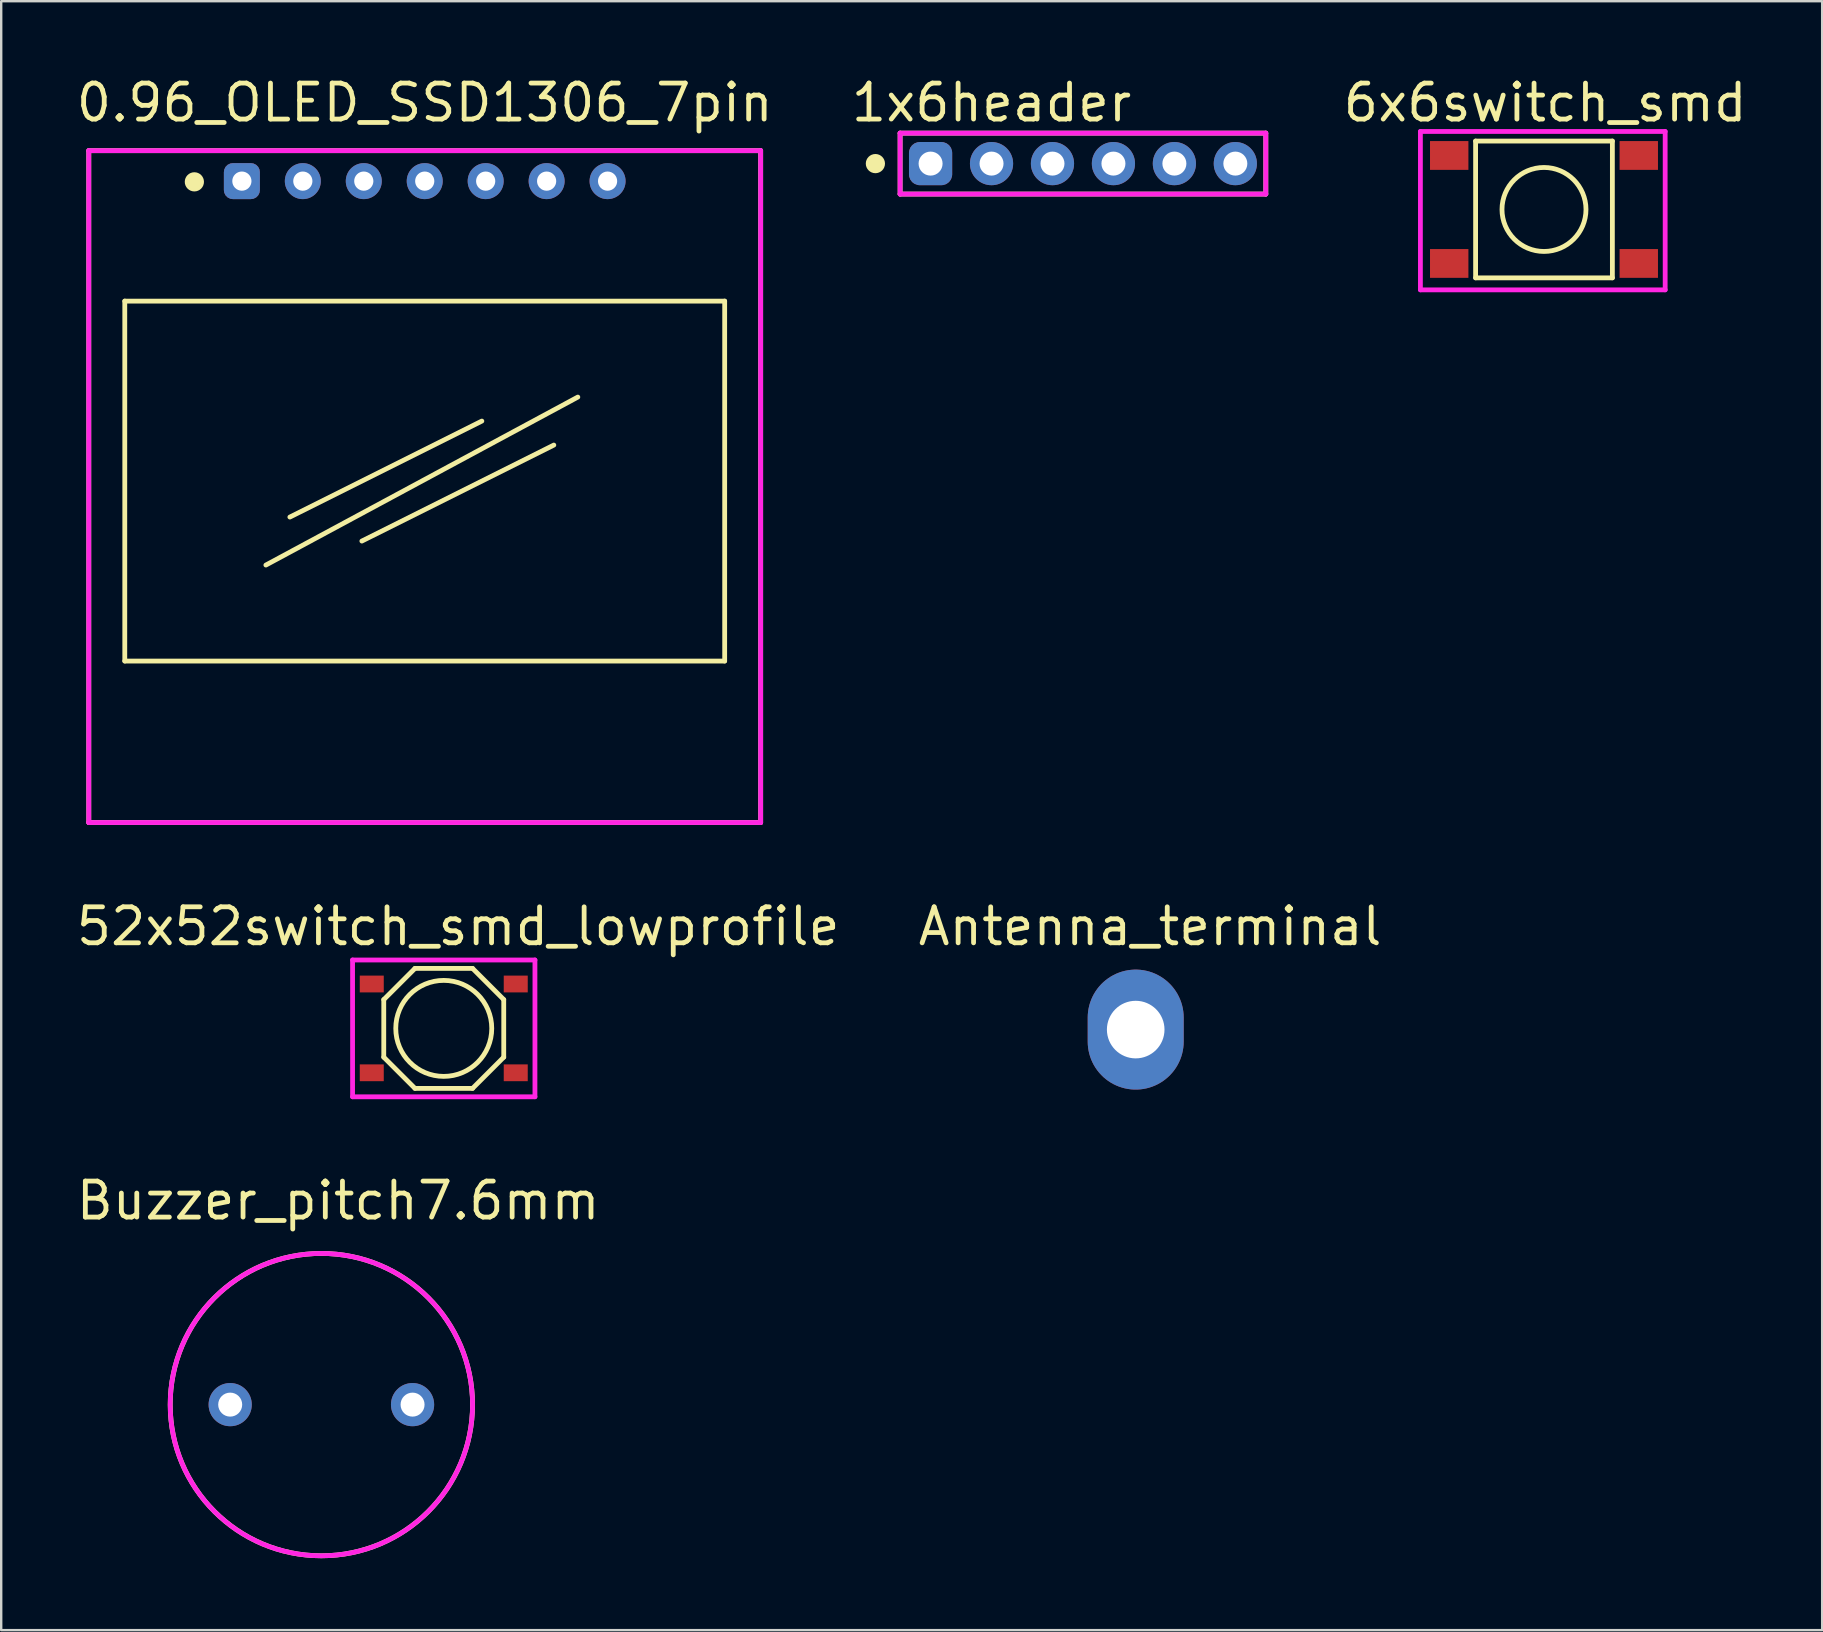
<source format=kicad_pcb>
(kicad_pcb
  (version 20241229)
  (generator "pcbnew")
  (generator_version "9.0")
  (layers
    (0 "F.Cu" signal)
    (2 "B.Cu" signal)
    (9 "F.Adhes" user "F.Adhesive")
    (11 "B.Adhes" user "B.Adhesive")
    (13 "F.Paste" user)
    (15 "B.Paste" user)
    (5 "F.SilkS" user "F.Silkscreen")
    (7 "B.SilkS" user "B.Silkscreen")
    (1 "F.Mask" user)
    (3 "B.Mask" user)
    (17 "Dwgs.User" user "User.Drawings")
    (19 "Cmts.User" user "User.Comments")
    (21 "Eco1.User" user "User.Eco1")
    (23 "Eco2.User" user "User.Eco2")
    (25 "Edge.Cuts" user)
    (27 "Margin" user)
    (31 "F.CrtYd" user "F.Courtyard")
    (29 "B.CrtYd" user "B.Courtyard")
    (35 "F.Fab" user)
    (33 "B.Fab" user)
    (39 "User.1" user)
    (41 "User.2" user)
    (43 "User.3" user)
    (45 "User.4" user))
  (footprint "0.96_OLED_SSD1306_7pin"
    (layer "F.Cu")
    (at 0.65 3.228)
    (property "Reference" "0.96_OLED_SSD1306_7pin" (at 14 -2 0) (layer "F.SilkS") (effects (font (size 1.5 1.5) (thickness 0.2))))
    (attr through_hole)
    (fp_line (start 0 0) (end 0 28) (stroke (width 0.2) (type solid)) (layer "F.SilkS"))
    (fp_line (start 0 0) (end 28 0) (stroke (width 0.2) (type solid)) (layer "F.SilkS"))
    (fp_line (start 0 28) (end 28 28) (stroke (width 0.2) (type solid)) (layer "F.SilkS"))
    (fp_line (start 1.5 6.27) (end 26.5 6.27) (stroke (width 0.2) (type solid)) (layer "F.SilkS"))
    (fp_line (start 1.5 21.27) (end 1.5 6.27) (stroke (width 0.2) (type solid)) (layer "F.SilkS"))
    (fp_line (start 7.38 17.27) (end 20.38 10.27) (stroke (width 0.2) (type solid)) (layer "F.SilkS"))
    (fp_line (start 8.38 15.27) (end 16.38 11.27) (stroke (width 0.2) (type solid)) (layer "F.SilkS"))
    (fp_line (start 11.38 16.27) (end 19.38 12.27) (stroke (width 0.2) (type solid)) (layer "F.SilkS"))
    (fp_line (start 26.5 6.27) (end 26.5 21.27) (stroke (width 0.2) (type solid)) (layer "F.SilkS"))
    (fp_line (start 26.5 21.27) (end 1.5 21.27) (stroke (width 0.2) (type solid)) (layer "F.SilkS"))
    (fp_line (start 28 0) (end 28 28) (stroke (width 0.2) (type solid)) (layer "F.SilkS"))
    (fp_circle (center 4.4 1.3) (end 4.6 1.3) (stroke (width 0.4) (type solid)) (fill no) (layer "F.SilkS"))
    (fp_line (start 0 0) (end 28 0) (stroke (width 0.2) (type solid)) (layer "F.CrtYd"))
    (fp_line (start 0 28) (end 0 0) (stroke (width 0.2) (type solid)) (layer "F.CrtYd"))
    (fp_line (start 28 0) (end 28 28) (stroke (width 0.2) (type solid)) (layer "F.CrtYd"))
    (fp_line (start 28 28) (end 0 28) (stroke (width 0.2) (type solid)) (layer "F.CrtYd"))
    (pad "1" thru_hole roundrect (at 6.38 1.27) (size 1.5 1.5) (drill 0.8) (layers "*.Cu" "*.Mask") (roundrect_rratio 0.25))
    (pad "2" thru_hole circle (at 8.92 1.27) (size 1.5 1.5) (drill 0.8) (layers "*.Cu" "*.Mask"))
    (pad "3" thru_hole circle (at 11.46 1.27) (size 1.5 1.5) (drill 0.8) (layers "*.Cu" "*.Mask"))
    (pad "4" thru_hole circle (at 14 1.27) (size 1.5 1.5) (drill 0.8) (layers "*.Cu" "*.Mask"))
    (pad "5" thru_hole circle (at 16.54 1.27) (size 1.5 1.5) (drill 0.8) (layers "*.Cu" "*.Mask"))
    (pad "6" thru_hole circle (at 19.08 1.27) (size 1.5 1.5) (drill 0.8) (layers "*.Cu" "*.Mask"))
    (pad "7" thru_hole circle (at 21.62 1.27) (size 1.5 1.5) (drill 0.8) (layers "*.Cu" "*.Mask")))
  (footprint "Buzzer_pitch7.6mm"
    (layer "F.Cu")
    (at 10.343 55.486)
    (property "Reference" "Buzzer_pitch7.6mm" (at 0.7 -8.5 0) (layer "F.SilkS") (effects (font (size 1.5 1.5) (thickness 0.2))))
    (attr through_hole)
    (fp_circle (center 0 0) (end 6.3 0) (stroke (width 0.2) (type solid)) (fill no) (layer "F.SilkS"))
    (fp_circle (center 0 0) (end 6.3 0) (stroke (width 0.2) (type solid)) (fill no) (layer "F.CrtYd"))
    (pad "1" thru_hole circle (at -3.8 0) (size 1.8 1.8) (drill 1) (layers "*.Cu" "*.Mask"))
    (pad "2" thru_hole circle (at 3.8 0) (size 1.8 1.8) (drill 1) (layers "*.Cu" "*.Mask")))
  (footprint "1x6header"
    (layer "F.Cu")
    (at 35.731 3.768)
    (property "Reference" "1x6header" (at 2.54 -2.54 0) (layer "F.SilkS") (effects (font (size 1.5 1.5) (thickness 0.2))))
    (attr through_hole)
    (fp_line (start -1.27 -1.27) (end 13.97 -1.27) (stroke (width 0.2) (type solid)) (layer "F.SilkS"))
    (fp_line (start -1.27 1.27) (end -1.27 -1.27) (stroke (width 0.2) (type solid)) (layer "F.SilkS"))
    (fp_line (start 13.97 -1.27) (end 13.97 1.27) (stroke (width 0.2) (type solid)) (layer "F.SilkS"))
    (fp_line (start 13.97 1.27) (end -1.27 1.27) (stroke (width 0.2) (type solid)) (layer "F.SilkS"))
    (fp_circle (center -2.3 0) (end -2.1 0) (stroke (width 0.4) (type solid)) (fill no) (layer "F.SilkS"))
    (fp_line (start -1.27 -1.27) (end 13.97 -1.27) (stroke (width 0.2) (type solid)) (layer "F.CrtYd"))
    (fp_line (start -1.27 1.27) (end -1.27 -1.27) (stroke (width 0.2) (type solid)) (layer "F.CrtYd"))
    (fp_line (start 13.97 -1.27) (end 13.97 1.27) (stroke (width 0.2) (type solid)) (layer "F.CrtYd"))
    (fp_line (start 13.97 1.27) (end -1.27 1.27) (stroke (width 0.2) (type solid)) (layer "F.CrtYd"))
    (pad "1" thru_hole roundrect (at 0 0) (size 1.8 1.8) (drill 1) (layers "*.Cu" "*.Mask") (roundrect_rratio 0.25))
    (pad "2" thru_hole circle (at 2.54 0) (size 1.8 1.8) (drill 1) (layers "*.Cu" "*.Mask"))
    (pad "3" thru_hole circle (at 5.08 0) (size 1.8 1.8) (drill 1) (layers "*.Cu" "*.Mask"))
    (pad "4" thru_hole circle (at 7.62 0) (size 1.8 1.8) (drill 1) (layers "*.Cu" "*.Mask"))
    (pad "5" thru_hole circle (at 10.16 0) (size 1.8 1.8) (drill 1) (layers "*.Cu" "*.Mask"))
    (pad "6" thru_hole circle (at 12.7 0) (size 1.8 1.8) (drill 1) (layers "*.Cu" "*.Mask")))
  (footprint "6x6switch_smd"
    (layer "F.Cu")
    (at 57.344 3.429)
    (property "Reference" "6x6switch_smd" (at 4 -2.2 0) (layer "F.SilkS") (effects (font (size 1.5 1.5) (thickness 0.2))))
    (attr through_hole)
    (fp_line (start 1.1 -0.6) (end 6.8 -0.6) (stroke (width 0.2) (type solid)) (layer "F.SilkS"))
    (fp_line (start 1.1 5.1) (end 1.1 -0.6) (stroke (width 0.2) (type solid)) (layer "F.SilkS"))
    (fp_line (start 6.8 -0.6) (end 6.8 5.1) (stroke (width 0.2) (type solid)) (layer "F.SilkS"))
    (fp_line (start 6.8 5.1) (end 1.1 5.1) (stroke (width 0.2) (type solid)) (layer "F.SilkS"))
    (fp_circle (center 3.95 2.25) (end 5.7 2.25) (stroke (width 0.2) (type solid)) (fill no) (layer "F.SilkS"))
    (fp_line (start -1.2 -1) (end 9 -1) (stroke (width 0.2) (type solid)) (layer "F.CrtYd"))
    (fp_line (start -1.2 5.6) (end -1.2 -1) (stroke (width 0.2) (type solid)) (layer "F.CrtYd"))
    (fp_line (start 9 -1) (end 9 5.6) (stroke (width 0.2) (type solid)) (layer "F.CrtYd"))
    (fp_line (start 9 5.6) (end -1.2 5.6) (stroke (width 0.2) (type solid)) (layer "F.CrtYd"))
    (pad "1" smd rect (at 0 0) (size 1.6 1.2) (layers "F.Cu" "F.Mask" "F.Paste"))
    (pad "2" smd rect (at 7.9 0) (size 1.6 1.2) (layers "F.Cu" "F.Mask" "F.Paste"))
    (pad "3" smd rect (at 0 4.5) (size 1.6 1.2) (layers "F.Cu" "F.Mask" "F.Paste"))
    (pad "4" smd rect (at 7.9 4.5) (size 1.6 1.2) (layers "F.Cu" "F.Mask" "F.Paste")))
  (footprint "Antenna_terminal"
    (layer "F.Cu")
    (at 44.279 39.857)
    (property "Reference" "Antenna_terminal" (at 0.6 -4.3 0) (layer "F.SilkS") (effects (font (size 1.5 1.5) (thickness 0.2))))
    (attr through_hole)
    (pad "1" thru_hole oval (at 0 0) (size 4 5) (drill 2.4) (layers "*.Cu" "*.Mask")))
  (footprint "52x52switch_smd_lowprofile"
    (layer "F.Cu")
    (at 12.443 37.957)
    (property "Reference" "52x52switch_smd_lowprofile" (at 3.6 -2.4 0) (layer "F.SilkS") (effects (font (size 1.5 1.5) (thickness 0.2))))
    (attr through_hole)
    (fp_line (start 0.5 0.65) (end 1.8 -0.65) (stroke (width 0.2) (type solid)) (layer "F.SilkS"))
    (fp_line (start 0.5 3.05) (end 0.5 0.65) (stroke (width 0.2) (type solid)) (layer "F.SilkS"))
    (fp_line (start 0.5 3.05) (end 1.8 4.35) (stroke (width 0.2) (type solid)) (layer "F.SilkS"))
    (fp_line (start 1.8 -0.65) (end 4.2 -0.65) (stroke (width 0.2) (type solid)) (layer "F.SilkS"))
    (fp_line (start 4.2 4.35) (end 1.8 4.35) (stroke (width 0.2) (type solid)) (layer "F.SilkS"))
    (fp_line (start 4.2 4.35) (end 5.5 3.05) (stroke (width 0.2) (type solid)) (layer "F.SilkS"))
    (fp_line (start 5.5 0.65) (end 4.2 -0.65) (stroke (width 0.2) (type solid)) (layer "F.SilkS"))
    (fp_line (start 5.5 0.65) (end 5.5 3.05) (stroke (width 0.2) (type solid)) (layer "F.SilkS"))
    (fp_circle (center 3 1.85) (end 5 1.85) (stroke (width 0.2) (type solid)) (fill no) (layer "F.SilkS"))
    (fp_line (start -0.8 -1) (end 6.8 -1) (stroke (width 0.2) (type solid)) (layer "F.CrtYd"))
    (fp_line (start -0.8 4.7) (end -0.8 -1) (stroke (width 0.2) (type solid)) (layer "F.CrtYd"))
    (fp_line (start 6.8 -1) (end 6.8 4.7) (stroke (width 0.2) (type solid)) (layer "F.CrtYd"))
    (fp_line (start 6.8 4.7) (end -0.8 4.7) (stroke (width 0.2) (type solid)) (layer "F.CrtYd"))
    (pad "1" smd rect (at 0 0) (size 1 0.7) (layers "F.Cu" "F.Mask" "F.Paste"))
    (pad "2" smd rect (at 6 0) (size 1 0.7) (layers "F.Cu" "F.Mask" "F.Paste"))
    (pad "3" smd rect (at 0 3.7) (size 1 0.7) (layers "F.Cu" "F.Mask" "F.Paste"))
    (pad "4" smd rect (at 6 3.7) (size 1 0.7) (layers "F.Cu" "F.Mask" "F.Paste")))
  (gr_rect
    (start -3 -3)
    (end 72.887 64.885)
    (stroke (width 0.1) (type default))
    (fill no)
    (layer "Edge.Cuts")))
</source>
